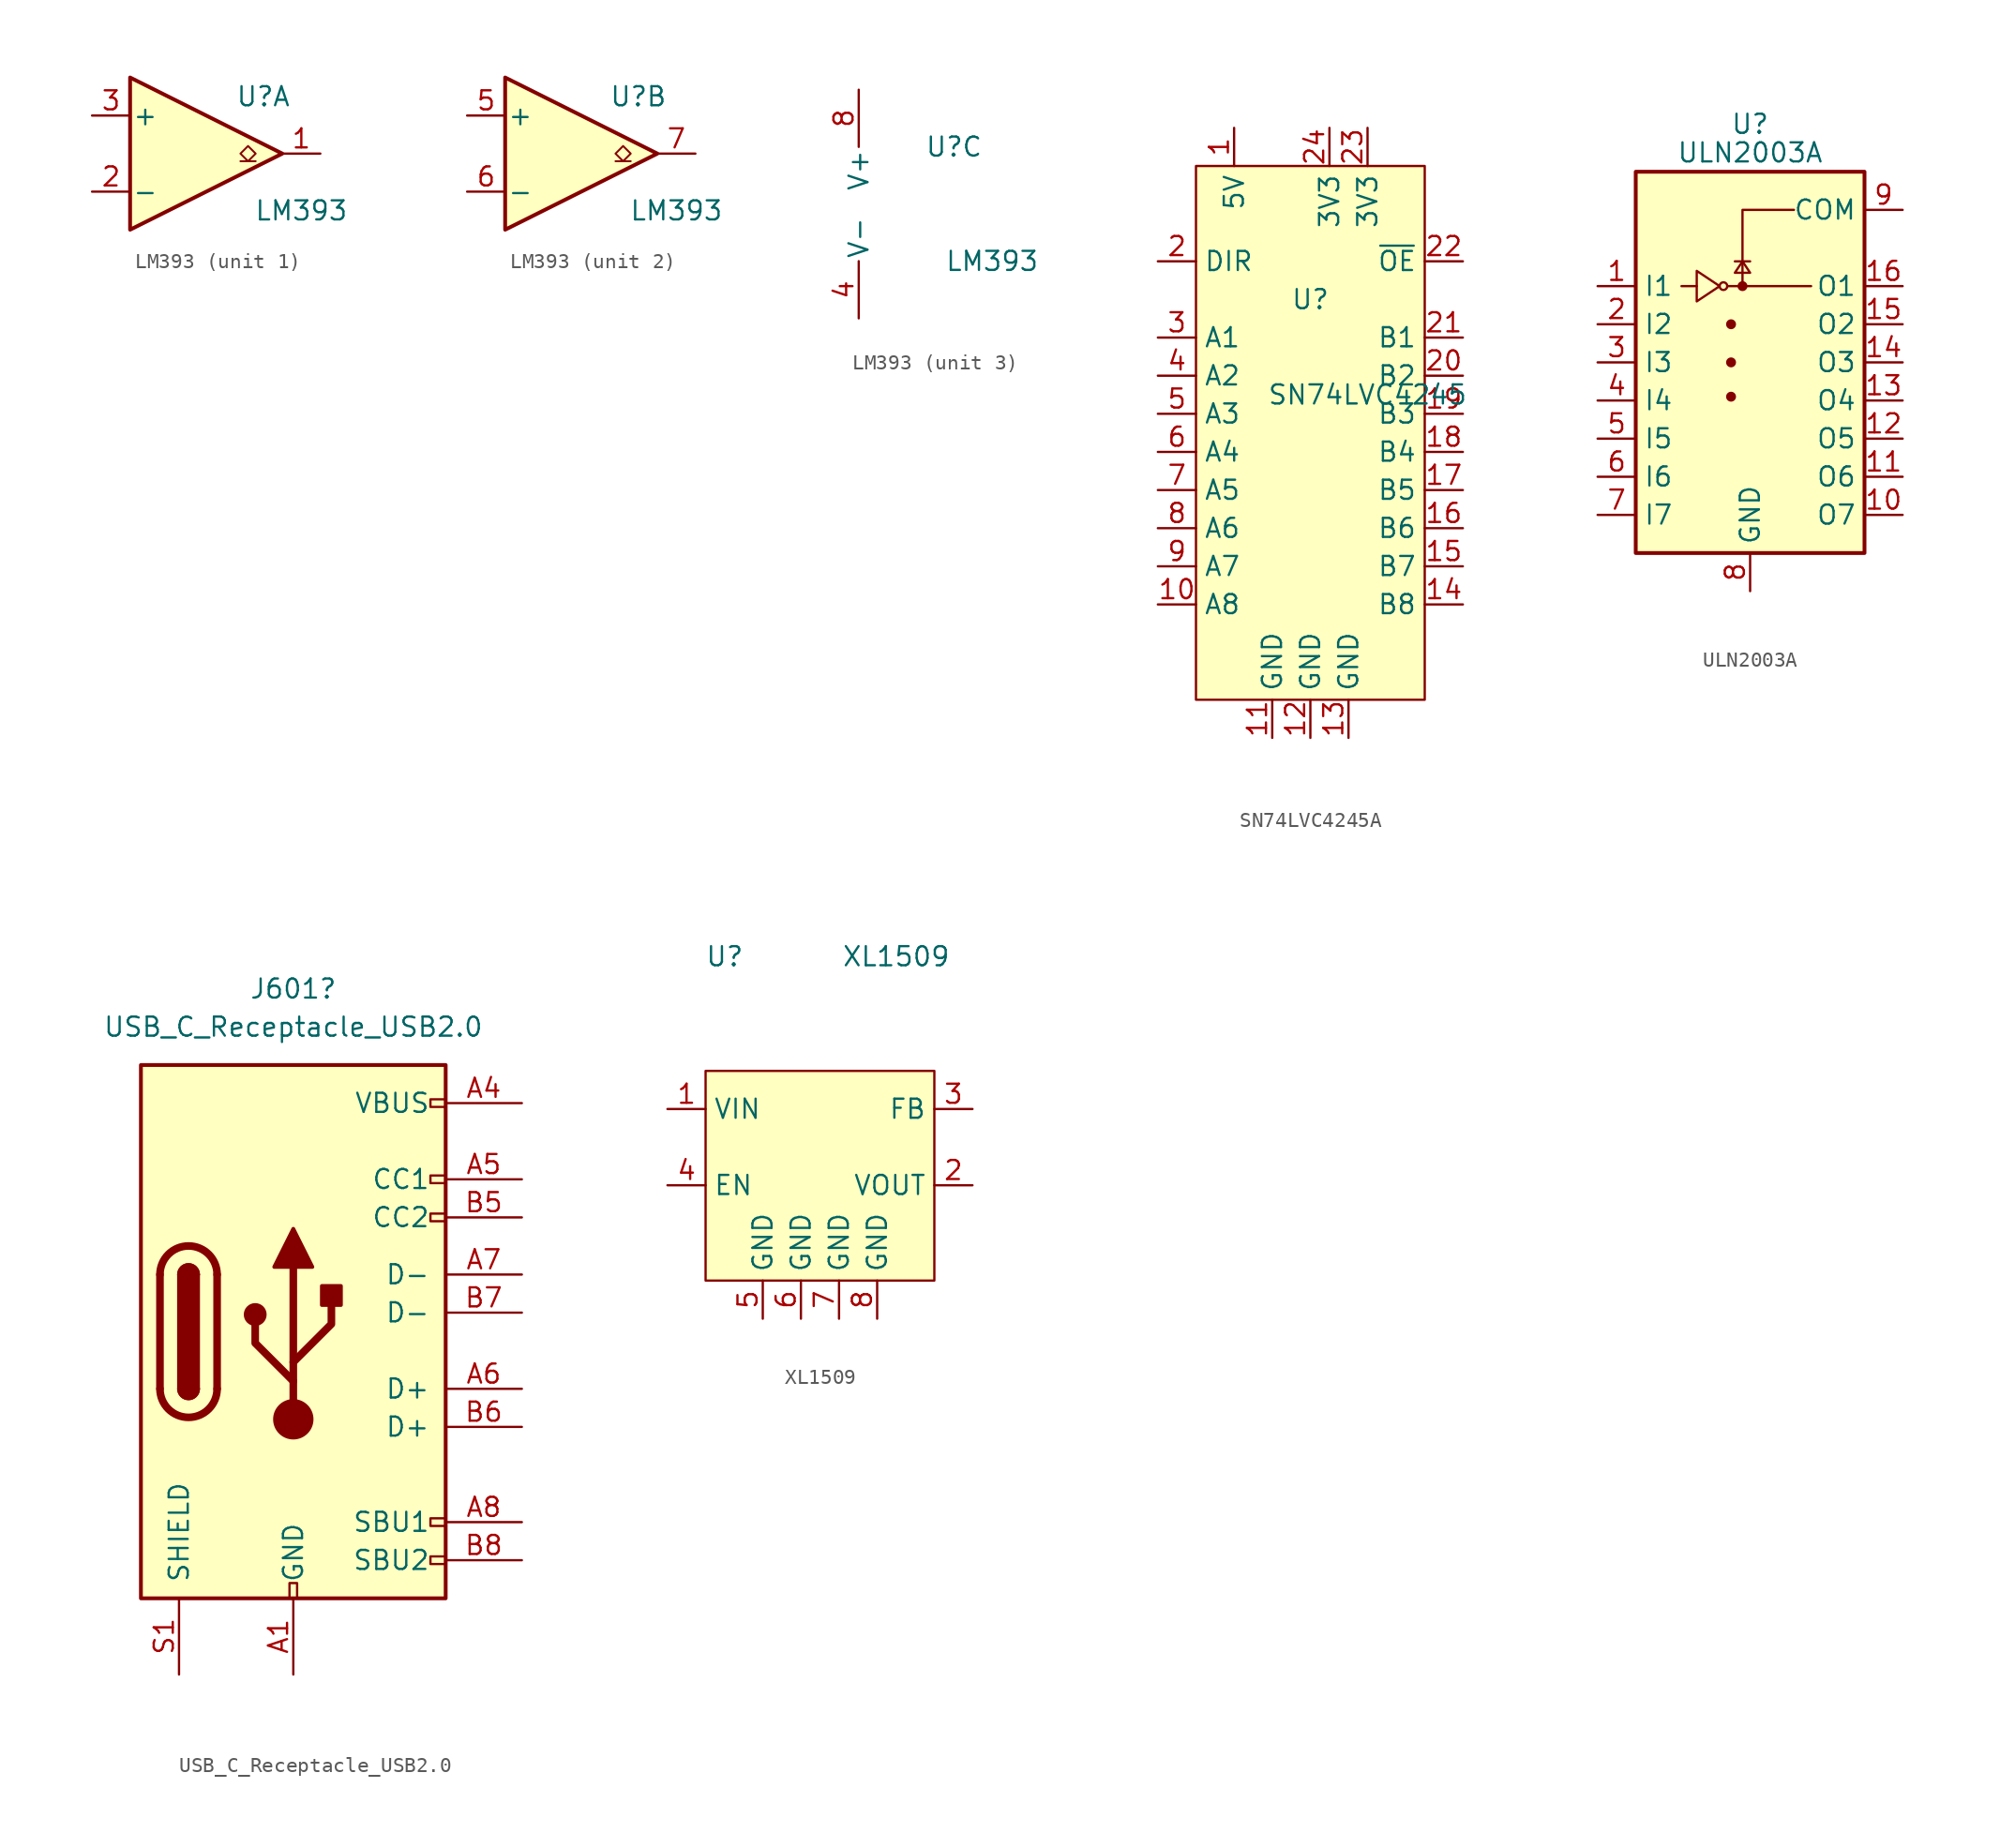
<source format=kicad_sym>
(kicad_symbol_lib
  (version 20220914)
  (generator kicad_symbol_editor)
  (symbol "LM393"
    (pin_names
      (offset 0.127))
    (property "Reference" "U"
      (at 3.81 3.81 0)
      (effects (font (size 1.27 1.27))))
    (property "Value" "LM393"
      (at 6.35 -3.81 0)
      (effects (font (size 1.27 1.27))))
    (property "ki_locked" ""
      (at 0 0 0)
      (effects (font (size 1.27 1.27))))
    (symbol "LM393_1_1"
      (polyline (pts (xy -5.08 5.08) (xy 5.08 0) (xy -5.08 -5.08) (xy -5.08 5.08)) (stroke (width 0.254) (type default)) (fill (type background)))
      (polyline (pts (xy 3.302 -0.508) (xy 2.794 -0.508) (xy 3.302 0) (xy 2.794 0.508) (xy 2.286 0) (xy 2.794 -0.508) (xy 2.286 -0.508)) (stroke (width 0.127) (type default)) (fill (type none)))
      (pin open_collector line (at 7.62 0 180) (length 2.54) (name "~" (effects (font (size 1.27 1.27)))) (number "1" (effects (font (size 1.27 1.27)))))
      (pin input line (at -7.62 -2.54 0) (length 2.54) (name "-" (effects (font (size 1.27 1.27)))) (number "2" (effects (font (size 1.27 1.27)))))
      (pin input line (at -7.62 2.54 0) (length 2.54) (name "+" (effects (font (size 1.27 1.27)))) (number "3" (effects (font (size 1.27 1.27))))))
    (symbol "LM393_2_1"
      (polyline (pts (xy -5.08 5.08) (xy 5.08 0) (xy -5.08 -5.08) (xy -5.08 5.08)) (stroke (width 0.254) (type default)) (fill (type background)))
      (polyline (pts (xy 3.302 -0.508) (xy 2.794 -0.508) (xy 3.302 0) (xy 2.794 0.508) (xy 2.286 0) (xy 2.794 -0.508) (xy 2.286 -0.508)) (stroke (width 0.127) (type default)) (fill (type none)))
      (pin input line (at -7.62 2.54 0) (length 2.54) (name "+" (effects (font (size 1.27 1.27)))) (number "5" (effects (font (size 1.27 1.27)))))
      (pin input line (at -7.62 -2.54 0) (length 2.54) (name "-" (effects (font (size 1.27 1.27)))) (number "6" (effects (font (size 1.27 1.27)))))
      (pin open_collector line (at 7.62 0 180) (length 2.54) (name "~" (effects (font (size 1.27 1.27)))) (number "7" (effects (font (size 1.27 1.27))))))
    (symbol "LM393_3_1"
      (pin power_in line (at -2.54 -7.62 90) (length 3.81) (name "V-" (effects (font (size 1.27 1.27)))) (number "4" (effects (font (size 1.27 1.27)))))
      (pin power_in line (at -2.54 7.62 270) (length 3.81) (name "V+" (effects (font (size 1.27 1.27)))) (number "8" (effects (font (size 1.27 1.27)))))))
  (symbol "SN74LVC4245A"
    (property "Reference" "U"
      (at 0 8.89 0)
      (effects (font (size 1.27 1.27))))
    (property "Value" "SN74LVC4245"
      (at 3.81 2.54 0)
      (effects (font (size 1.27 1.27))))
    (symbol "SN74LVC4245A_0_0"
      (pin bidirectional line (at -10.16 -11.43 0) (length 2.54) (name "A8" (effects (font (size 1.27 1.27)))) (number "10" (effects (font (size 1.27 1.27)))))
      (pin power_in line (at -2.54 -20.32 90) (length 2.54) (name "GND" (effects (font (size 1.27 1.27)))) (number "11" (effects (font (size 1.27 1.27)))))
      (pin power_in line (at 0 -20.32 90) (length 2.54) (name "GND" (effects (font (size 1.27 1.27)))) (number "12" (effects (font (size 1.27 1.27)))))
      (pin power_in line (at 2.54 -20.32 90) (length 2.54) (name "GND" (effects (font (size 1.27 1.27)))) (number "13" (effects (font (size 1.27 1.27)))))
      (pin bidirectional line (at 10.16 -11.43 180) (length 2.54) (name "B8" (effects (font (size 1.27 1.27)))) (number "14" (effects (font (size 1.27 1.27)))))
      (pin bidirectional line (at 10.16 -8.89 180) (length 2.54) (name "B7" (effects (font (size 1.27 1.27)))) (number "15" (effects (font (size 1.27 1.27)))))
      (pin bidirectional line (at 10.16 -6.35 180) (length 2.54) (name "B6" (effects (font (size 1.27 1.27)))) (number "16" (effects (font (size 1.27 1.27)))))
      (pin bidirectional line (at 10.16 -3.81 180) (length 2.54) (name "B5" (effects (font (size 1.27 1.27)))) (number "17" (effects (font (size 1.27 1.27)))))
      (pin bidirectional line (at 10.16 -1.27 180) (length 2.54) (name "B4" (effects (font (size 1.27 1.27)))) (number "18" (effects (font (size 1.27 1.27)))))
      (pin bidirectional line (at 10.16 1.27 180) (length 2.54) (name "B3" (effects (font (size 1.27 1.27)))) (number "19" (effects (font (size 1.27 1.27)))))
      (pin input line (at -10.16 11.43 0) (length 2.54) (name "DIR" (effects (font (size 1.27 1.27)))) (number "2" (effects (font (size 1.27 1.27)))))
      (pin bidirectional line (at 10.16 3.81 180) (length 2.54) (name "B2" (effects (font (size 1.27 1.27)))) (number "20" (effects (font (size 1.27 1.27)))))
      (pin bidirectional line (at 10.16 6.35 180) (length 2.54) (name "B1" (effects (font (size 1.27 1.27)))) (number "21" (effects (font (size 1.27 1.27)))))
      (pin power_in line (at 3.81 20.32 270) (length 2.54) (name "3V3" (effects (font (size 1.27 1.27)))) (number "23" (effects (font (size 1.27 1.27)))))
      (pin power_in line (at 1.27 20.32 270) (length 2.54) (name "3V3" (effects (font (size 1.27 1.27)))) (number "24" (effects (font (size 1.27 1.27)))))
      (pin bidirectional line (at -10.16 6.35 0) (length 2.54) (name "A1" (effects (font (size 1.27 1.27)))) (number "3" (effects (font (size 1.27 1.27)))))
      (pin bidirectional line (at -10.16 3.81 0) (length 2.54) (name "A2" (effects (font (size 1.27 1.27)))) (number "4" (effects (font (size 1.27 1.27)))))
      (pin bidirectional line (at -10.16 1.27 0) (length 2.54) (name "A3" (effects (font (size 1.27 1.27)))) (number "5" (effects (font (size 1.27 1.27)))))
      (pin bidirectional line (at -10.16 -1.27 0) (length 2.54) (name "A4" (effects (font (size 1.27 1.27)))) (number "6" (effects (font (size 1.27 1.27)))))
      (pin bidirectional line (at -10.16 -3.81 0) (length 2.54) (name "A5" (effects (font (size 1.27 1.27)))) (number "7" (effects (font (size 1.27 1.27)))))
      (pin bidirectional line (at -10.16 -6.35 0) (length 2.54) (name "A6" (effects (font (size 1.27 1.27)))) (number "8" (effects (font (size 1.27 1.27)))))
      (pin bidirectional line (at -10.16 -8.89 0) (length 2.54) (name "A7" (effects (font (size 1.27 1.27)))) (number "9" (effects (font (size 1.27 1.27))))))
    (symbol "SN74LVC4245A_1_0"
      (pin power_in line (at -5.08 20.32 270) (length 2.54) (name "5V" (effects (font (size 1.27 1.27)))) (number "1" (effects (font (size 1.27 1.27)))))
      (pin input line (at 10.16 11.43 180) (length 2.54) (name "~{OE}" (effects (font (size 1.27 1.27)))) (number "22" (effects (font (size 1.27 1.27))))))
    (symbol "SN74LVC4245A_1_1"
      (rectangle (start -7.62 17.78) (end 7.62 -17.78) (stroke (width 0) (type default)) (fill (type background)))))
  (symbol "ULN2003A"
    (property "Reference" "U"
      (at 0 15.875 0)
      (effects (font (size 1.27 1.27))))
    (property "Value" "ULN2003A"
      (at 0 13.97 0)
      (effects (font (size 1.27 1.27))))
    (symbol "ULN2003A_0_1"
      (rectangle (start -7.62 -12.7) (end 7.62 12.7) (stroke (width 0.254) (type default)) (fill (type background)))
      (circle (center -1.778 5.08) (radius 0.254) (stroke (width 0) (type default)) (fill (type none)))
      (circle (center -1.27 -2.286) (radius 0.254) (stroke (width 0) (type default)) (fill (type outline)))
      (circle (center -1.27 0) (radius 0.254) (stroke (width 0) (type default)) (fill (type outline)))
      (circle (center -1.27 2.54) (radius 0.254) (stroke (width 0) (type default)) (fill (type outline)))
      (circle (center -0.508 5.08) (radius 0.254) (stroke (width 0) (type default)) (fill (type outline)))
      (polyline (pts (xy -4.572 5.08) (xy -3.556 5.08)) (stroke (width 0) (type default)) (fill (type none)))
      (polyline (pts (xy -1.524 5.08) (xy 4.064 5.08)) (stroke (width 0) (type default)) (fill (type none)))
      (polyline (pts (xy 0 6.731) (xy -1.016 6.731)) (stroke (width 0) (type default)) (fill (type none)))
      (polyline (pts (xy -0.508 5.08) (xy -0.508 10.16) (xy 2.921 10.16)) (stroke (width 0) (type default)) (fill (type none)))
      (polyline (pts (xy -3.556 6.096) (xy -3.556 4.064) (xy -2.032 5.08) (xy -3.556 6.096)) (stroke (width 0) (type default)) (fill (type none)))
      (polyline (pts (xy 0 5.969) (xy -1.016 5.969) (xy -0.508 6.731) (xy 0 5.969)) (stroke (width 0) (type default)) (fill (type none))))
    (symbol "ULN2003A_1_1"
      (pin input line (at -10.16 5.08 0) (length 2.54) (name "I1" (effects (font (size 1.27 1.27)))) (number "1" (effects (font (size 1.27 1.27)))))
      (pin open_collector line (at 10.16 -10.16 180) (length 2.54) (name "O7" (effects (font (size 1.27 1.27)))) (number "10" (effects (font (size 1.27 1.27)))))
      (pin open_collector line (at 10.16 -7.62 180) (length 2.54) (name "O6" (effects (font (size 1.27 1.27)))) (number "11" (effects (font (size 1.27 1.27)))))
      (pin open_collector line (at 10.16 -5.08 180) (length 2.54) (name "O5" (effects (font (size 1.27 1.27)))) (number "12" (effects (font (size 1.27 1.27)))))
      (pin open_collector line (at 10.16 -2.54 180) (length 2.54) (name "O4" (effects (font (size 1.27 1.27)))) (number "13" (effects (font (size 1.27 1.27)))))
      (pin open_collector line (at 10.16 0 180) (length 2.54) (name "O3" (effects (font (size 1.27 1.27)))) (number "14" (effects (font (size 1.27 1.27)))))
      (pin open_collector line (at 10.16 2.54 180) (length 2.54) (name "O2" (effects (font (size 1.27 1.27)))) (number "15" (effects (font (size 1.27 1.27)))))
      (pin open_collector line (at 10.16 5.08 180) (length 2.54) (name "O1" (effects (font (size 1.27 1.27)))) (number "16" (effects (font (size 1.27 1.27)))))
      (pin input line (at -10.16 2.54 0) (length 2.54) (name "I2" (effects (font (size 1.27 1.27)))) (number "2" (effects (font (size 1.27 1.27)))))
      (pin input line (at -10.16 0 0) (length 2.54) (name "I3" (effects (font (size 1.27 1.27)))) (number "3" (effects (font (size 1.27 1.27)))))
      (pin input line (at -10.16 -2.54 0) (length 2.54) (name "I4" (effects (font (size 1.27 1.27)))) (number "4" (effects (font (size 1.27 1.27)))))
      (pin input line (at -10.16 -5.08 0) (length 2.54) (name "I5" (effects (font (size 1.27 1.27)))) (number "5" (effects (font (size 1.27 1.27)))))
      (pin input line (at -10.16 -7.62 0) (length 2.54) (name "I6" (effects (font (size 1.27 1.27)))) (number "6" (effects (font (size 1.27 1.27)))))
      (pin input line (at -10.16 -10.16 0) (length 2.54) (name "I7" (effects (font (size 1.27 1.27)))) (number "7" (effects (font (size 1.27 1.27)))))
      (pin power_in line (at 0 -15.24 90) (length 2.54) (name "GND" (effects (font (size 1.27 1.27)))) (number "8" (effects (font (size 1.27 1.27)))))
      (pin passive line (at 10.16 10.16 180) (length 2.54) (name "COM" (effects (font (size 1.27 1.27)))) (number "9" (effects (font (size 1.27 1.27)))))))
  (symbol "USB_C_Receptacle_USB2.0"
    (pin_names
      (offset 1.016))
    (property "Reference" "J601"
      (at 0 22.86 0)
      (effects (font (size 1.27 1.27))))
    (property "Value" "USB_C_Receptacle_USB2.0"
      (at 0 20.32 0)
      (effects (font (size 1.27 1.27))))
    (symbol "USB_C_Receptacle_USB2.0_0_0"
      (rectangle (start -0.254 -17.78) (end 0.254 -16.764) (stroke (width 0) (type default)) (fill (type none)))
      (rectangle (start 10.16 -14.986) (end 9.144 -15.494) (stroke (width 0) (type default)) (fill (type none)))
      (rectangle (start 10.16 -12.446) (end 9.144 -12.954) (stroke (width 0) (type default)) (fill (type none)))
      (rectangle (start 10.16 7.874) (end 9.144 7.366) (stroke (width 0) (type default)) (fill (type none)))
      (rectangle (start 10.16 10.414) (end 9.144 9.906) (stroke (width 0) (type default)) (fill (type none)))
      (rectangle (start 10.16 15.494) (end 9.144 14.986) (stroke (width 0) (type default)) (fill (type none))))
    (symbol "USB_C_Receptacle_USB2.0_0_1"
      (rectangle (start -10.16 17.78) (end 10.16 -17.78) (stroke (width 0.254) (type default)) (fill (type background)))
      (arc (start -8.89 -3.81) (mid -6.985 -5.7067) (end -5.08 -3.81) (stroke (width 0.508) (type default)) (fill (type none)))
      (arc (start -7.62 -3.81) (mid -6.985 -4.4423) (end -6.35 -3.81) (stroke (width 0.254) (type default)) (fill (type none)))
      (arc (start -7.62 -3.81) (mid -6.985 -4.4423) (end -6.35 -3.81) (stroke (width 0.254) (type default)) (fill (type outline)))
      (rectangle (start -7.62 -3.81) (end -6.35 3.81) (stroke (width 0.254) (type default)) (fill (type outline)))
      (arc (start -6.35 3.81) (mid -6.985 4.4423) (end -7.62 3.81) (stroke (width 0.254) (type default)) (fill (type none)))
      (arc (start -6.35 3.81) (mid -6.985 4.4423) (end -7.62 3.81) (stroke (width 0.254) (type default)) (fill (type outline)))
      (arc (start -5.08 3.81) (mid -6.985 5.7067) (end -8.89 3.81) (stroke (width 0.508) (type default)) (fill (type none)))
      (circle (center -2.54 1.143) (radius 0.635) (stroke (width 0.254) (type default)) (fill (type outline)))
      (circle (center 0 -5.842) (radius 1.27) (stroke (width 0) (type default)) (fill (type outline)))
      (polyline (pts (xy -8.89 -3.81) (xy -8.89 3.81)) (stroke (width 0.508) (type default)) (fill (type none)))
      (polyline (pts (xy -5.08 3.81) (xy -5.08 -3.81)) (stroke (width 0.508) (type default)) (fill (type none)))
      (polyline (pts (xy 0 -5.842) (xy 0 4.318)) (stroke (width 0.508) (type default)) (fill (type none)))
      (polyline (pts (xy 0 -3.302) (xy -2.54 -0.762) (xy -2.54 0.508)) (stroke (width 0.508) (type default)) (fill (type none)))
      (polyline (pts (xy 0 -2.032) (xy 2.54 0.508) (xy 2.54 1.778)) (stroke (width 0.508) (type default)) (fill (type none)))
      (polyline (pts (xy -1.27 4.318) (xy 0 6.858) (xy 1.27 4.318) (xy -1.27 4.318)) (stroke (width 0.254) (type default)) (fill (type outline)))
      (rectangle (start 1.905 1.778) (end 3.175 3.048) (stroke (width 0.254) (type default)) (fill (type outline))))
    (symbol "USB_C_Receptacle_USB2.0_1_1"
      (pin passive line (at 0 -22.86 90) (length 5.08) (name "GND" (effects (font (size 1.27 1.27)))) (number "A1" (effects (font (size 1.27 1.27)))))
      (pin passive line (at 0 -22.86 90) (length 5.08) hide (name "GND" (effects (font (size 1.27 1.27)))) (number "A12" (effects (font (size 1.27 1.27)))))
      (pin passive line (at 15.24 15.24 180) (length 5.08) (name "VBUS" (effects (font (size 1.27 1.27)))) (number "A4" (effects (font (size 1.27 1.27)))))
      (pin bidirectional line (at 15.24 10.16 180) (length 5.08) (name "CC1" (effects (font (size 1.27 1.27)))) (number "A5" (effects (font (size 1.27 1.27)))))
      (pin bidirectional line (at 15.24 -3.81 180) (length 5.08) (name "D+" (effects (font (size 1.27 1.27)))) (number "A6" (effects (font (size 1.27 1.27)))))
      (pin bidirectional line (at 15.24 3.81 180) (length 5.08) (name "D-" (effects (font (size 1.27 1.27)))) (number "A7" (effects (font (size 1.27 1.27)))))
      (pin bidirectional line (at 15.24 -12.7 180) (length 5.08) (name "SBU1" (effects (font (size 1.27 1.27)))) (number "A8" (effects (font (size 1.27 1.27)))))
      (pin passive line (at 15.24 15.24 180) (length 5.08) hide (name "VBUS" (effects (font (size 1.27 1.27)))) (number "A9" (effects (font (size 1.27 1.27)))))
      (pin passive line (at 0 -22.86 90) (length 5.08) hide (name "GND" (effects (font (size 1.27 1.27)))) (number "B1" (effects (font (size 1.27 1.27)))))
      (pin passive line (at 0 -22.86 90) (length 5.08) hide (name "GND" (effects (font (size 1.27 1.27)))) (number "B12" (effects (font (size 1.27 1.27)))))
      (pin passive line (at 15.24 15.24 180) (length 5.08) hide (name "VBUS" (effects (font (size 1.27 1.27)))) (number "B4" (effects (font (size 1.27 1.27)))))
      (pin bidirectional line (at 15.24 7.62 180) (length 5.08) (name "CC2" (effects (font (size 1.27 1.27)))) (number "B5" (effects (font (size 1.27 1.27)))))
      (pin bidirectional line (at 15.24 -6.35 180) (length 5.08) (name "D+" (effects (font (size 1.27 1.27)))) (number "B6" (effects (font (size 1.27 1.27)))))
      (pin bidirectional line (at 15.24 1.27 180) (length 5.08) (name "D-" (effects (font (size 1.27 1.27)))) (number "B7" (effects (font (size 1.27 1.27)))))
      (pin bidirectional line (at 15.24 -15.24 180) (length 5.08) (name "SBU2" (effects (font (size 1.27 1.27)))) (number "B8" (effects (font (size 1.27 1.27)))))
      (pin passive line (at 15.24 15.24 180) (length 5.08) hide (name "VBUS" (effects (font (size 1.27 1.27)))) (number "B9" (effects (font (size 1.27 1.27)))))
      (pin passive line (at -7.62 -22.86 90) (length 5.08) (name "SHIELD" (effects (font (size 1.27 1.27)))) (number "S1" (effects (font (size 1.27 1.27)))))))
  (symbol "XL1509"
    (property "Reference" "U"
      (at -6.35 16.51 0)
      (effects (font (size 1.27 1.27))))
    (property "Value" "XL1509"
      (at 5.08 16.51 0)
      (effects (font (size 1.27 1.27))))
    (symbol "XL1509_0_0"
      (pin input line (at -3.81 -7.62 90) (length 2.54) (name "GND" (effects (font (size 1.27 1.27)))) (number "5" (effects (font (size 1.27 1.27)))))
      (pin input line (at -1.27 -7.62 90) (length 2.54) (name "GND" (effects (font (size 1.27 1.27)))) (number "6" (effects (font (size 1.27 1.27)))))
      (pin input line (at 1.27 -7.62 90) (length 2.54) (name "GND" (effects (font (size 1.27 1.27)))) (number "7" (effects (font (size 1.27 1.27)))))
      (pin input line (at 3.81 -7.62 90) (length 2.54) (name "GND" (effects (font (size 1.27 1.27)))) (number "8" (effects (font (size 1.27 1.27))))))
    (symbol "XL1509_0_1"
      (rectangle (start -7.62 8.89) (end 7.62 -5.08) (stroke (width 0.152) (type default)) (fill (type background))))
    (symbol "XL1509_1_1"
      (pin input line (at -10.16 6.35 0) (length 2.54) (name "VIN" (effects (font (size 1.27 1.27)))) (number "1" (effects (font (size 1.27 1.27)))))
      (pin input line (at 10.16 1.27 180) (length 2.54) (name "VOUT" (effects (font (size 1.27 1.27)))) (number "2" (effects (font (size 1.27 1.27)))))
      (pin input line (at 10.16 6.35 180) (length 2.54) (name "FB" (effects (font (size 1.27 1.27)))) (number "3" (effects (font (size 1.27 1.27)))))
      (pin input line (at -10.16 1.27 0) (length 2.54) (name "EN" (effects (font (size 1.27 1.27)))) (number "4" (effects (font (size 1.27 1.27))))))))
</source>
